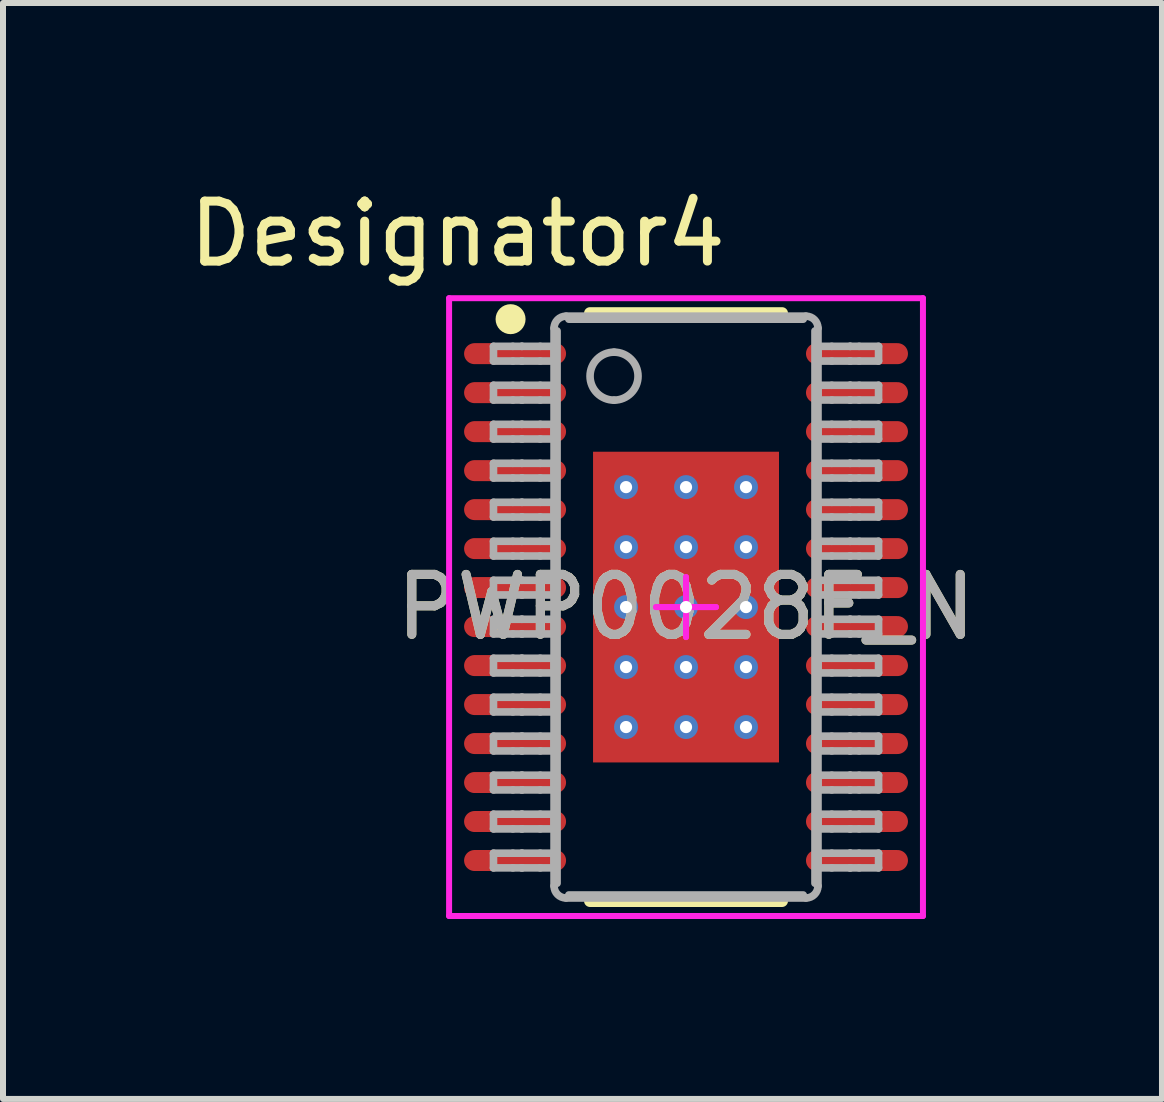
<source format=kicad_pcb>
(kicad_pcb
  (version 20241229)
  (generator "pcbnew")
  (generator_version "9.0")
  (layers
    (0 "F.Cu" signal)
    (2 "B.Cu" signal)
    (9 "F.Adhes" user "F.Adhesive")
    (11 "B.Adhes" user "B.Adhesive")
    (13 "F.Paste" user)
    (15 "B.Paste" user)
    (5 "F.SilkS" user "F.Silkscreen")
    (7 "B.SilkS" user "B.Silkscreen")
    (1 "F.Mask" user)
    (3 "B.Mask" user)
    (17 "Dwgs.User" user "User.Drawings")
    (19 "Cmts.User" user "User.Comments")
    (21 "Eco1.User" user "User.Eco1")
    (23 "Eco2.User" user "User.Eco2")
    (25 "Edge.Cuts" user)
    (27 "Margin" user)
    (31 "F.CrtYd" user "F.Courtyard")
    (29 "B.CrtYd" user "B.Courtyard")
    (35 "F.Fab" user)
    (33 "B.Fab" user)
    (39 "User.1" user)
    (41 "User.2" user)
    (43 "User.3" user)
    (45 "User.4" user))
  (footprint "PWP0028F_N"
    (layer "F.Cu")
    (at 8.387 7.071)
    (property "Reference" "PWP0028F_N" (at 0 0 0) (unlocked yes) (layer "F.SilkS") (effects (font (size 1 1) (thickness 0.15))))
    (attr smd)
    (fp_line (start -1.6 -4.9) (end 1.6 -4.9) (stroke (width 0.2) (type solid)) (layer "F.SilkS"))
    (fp_line (start -1.6 4.9) (end 1.6 4.9) (stroke (width 0.2) (type solid)) (layer "F.SilkS"))
    (fp_circle (center -2.925 -4.8) (end -2.8 -4.8) (stroke (width 0.25) (type solid)) (fill no) (layer "F.SilkS"))
    (fp_line (start -3.95 -5.15) (end 3.95 -5.15) (stroke (width 0.1) (type solid)) (layer "F.CrtYd"))
    (fp_line (start -3.95 5.15) (end -3.95 -5.15) (stroke (width 0.1) (type solid)) (layer "F.CrtYd"))
    (fp_line (start -3.95 5.15) (end 3.95 5.15) (stroke (width 0.1) (type solid)) (layer "F.CrtYd"))
    (fp_line (start -0.5 0) (end 0.5 0) (stroke (width 0.1) (type solid)) (layer "F.CrtYd"))
    (fp_line (start -0.5 0) (end 0.5 0) (stroke (width 0.1) (type solid)) (layer "F.CrtYd"))
    (fp_line (start 0 0.5) (end 0 -0.5) (stroke (width 0.1) (type solid)) (layer "F.CrtYd"))
    (fp_line (start 0 0.5) (end 0 -0.5) (stroke (width 0.1) (type solid)) (layer "F.CrtYd"))
    (fp_line (start 3.95 5.15) (end 3.95 -5.15) (stroke (width 0.1) (type solid)) (layer "F.CrtYd"))
    (fp_line (start -3.21 -4.347) (end -2.887 -4.347) (stroke (width 0.127) (type solid)) (layer "F.Fab"))
    (fp_line (start -3.21 -4.102) (end -3.21 -4.347) (stroke (width 0.127) (type solid)) (layer "F.Fab"))
    (fp_line (start -3.21 -4.102) (end -2.887 -4.102) (stroke (width 0.127) (type solid)) (layer "F.Fab"))
    (fp_line (start -3.21 -3.698) (end -2.887 -3.698) (stroke (width 0.127) (type solid)) (layer "F.Fab"))
    (fp_line (start -3.21 -3.452) (end -3.21 -3.698) (stroke (width 0.127) (type solid)) (layer "F.Fab"))
    (fp_line (start -3.21 -3.452) (end -2.887 -3.452) (stroke (width 0.127) (type solid)) (layer "F.Fab"))
    (fp_line (start -3.21 -3.047) (end -2.887 -3.047) (stroke (width 0.127) (type solid)) (layer "F.Fab"))
    (fp_line (start -3.21 -2.802) (end -3.21 -3.047) (stroke (width 0.127) (type solid)) (layer "F.Fab"))
    (fp_line (start -3.21 -2.802) (end -2.887 -2.802) (stroke (width 0.127) (type solid)) (layer "F.Fab"))
    (fp_line (start -3.21 -2.397) (end -2.887 -2.397) (stroke (width 0.127) (type solid)) (layer "F.Fab"))
    (fp_line (start -3.21 -2.152) (end -3.21 -2.397) (stroke (width 0.127) (type solid)) (layer "F.Fab"))
    (fp_line (start -3.21 -2.152) (end -2.887 -2.152) (stroke (width 0.127) (type solid)) (layer "F.Fab"))
    (fp_line (start -3.21 -1.747) (end -2.887 -1.747) (stroke (width 0.127) (type solid)) (layer "F.Fab"))
    (fp_line (start -3.21 -1.502) (end -3.21 -1.747) (stroke (width 0.127) (type solid)) (layer "F.Fab"))
    (fp_line (start -3.21 -1.502) (end -2.887 -1.502) (stroke (width 0.127) (type solid)) (layer "F.Fab"))
    (fp_line (start -3.21 -1.097) (end -2.887 -1.097) (stroke (width 0.127) (type solid)) (layer "F.Fab"))
    (fp_line (start -3.21 -0.852) (end -3.21 -1.097) (stroke (width 0.127) (type solid)) (layer "F.Fab"))
    (fp_line (start -3.21 -0.852) (end -2.887 -0.852) (stroke (width 0.127) (type solid)) (layer "F.Fab"))
    (fp_line (start -3.21 -0.447) (end -2.887 -0.447) (stroke (width 0.127) (type solid)) (layer "F.Fab"))
    (fp_line (start -3.21 -0.202) (end -3.21 -0.447) (stroke (width 0.127) (type solid)) (layer "F.Fab"))
    (fp_line (start -3.21 -0.202) (end -2.887 -0.202) (stroke (width 0.127) (type solid)) (layer "F.Fab"))
    (fp_line (start -3.21 0.203) (end -2.887 0.203) (stroke (width 0.127) (type solid)) (layer "F.Fab"))
    (fp_line (start -3.21 0.448) (end -3.21 0.203) (stroke (width 0.127) (type solid)) (layer "F.Fab"))
    (fp_line (start -3.21 0.448) (end -2.887 0.448) (stroke (width 0.127) (type solid)) (layer "F.Fab"))
    (fp_line (start -3.21 0.853) (end -2.887 0.853) (stroke (width 0.127) (type solid)) (layer "F.Fab"))
    (fp_line (start -3.21 1.098) (end -3.21 0.853) (stroke (width 0.127) (type solid)) (layer "F.Fab"))
    (fp_line (start -3.21 1.098) (end -2.887 1.098) (stroke (width 0.127) (type solid)) (layer "F.Fab"))
    (fp_line (start -3.21 1.503) (end -2.887 1.503) (stroke (width 0.127) (type solid)) (layer "F.Fab"))
    (fp_line (start -3.21 1.748) (end -3.21 1.503) (stroke (width 0.127) (type solid)) (layer "F.Fab"))
    (fp_line (start -3.21 1.748) (end -2.887 1.748) (stroke (width 0.127) (type solid)) (layer "F.Fab"))
    (fp_line (start -3.21 2.152) (end -2.887 2.152) (stroke (width 0.127) (type solid)) (layer "F.Fab"))
    (fp_line (start -3.21 2.398) (end -3.21 2.152) (stroke (width 0.127) (type solid)) (layer "F.Fab"))
    (fp_line (start -3.21 2.398) (end -2.887 2.398) (stroke (width 0.127) (type solid)) (layer "F.Fab"))
    (fp_line (start -3.21 2.803) (end -2.887 2.803) (stroke (width 0.127) (type solid)) (layer "F.Fab"))
    (fp_line (start -3.21 3.048) (end -3.21 2.803) (stroke (width 0.127) (type solid)) (layer "F.Fab"))
    (fp_line (start -3.21 3.048) (end -2.887 3.048) (stroke (width 0.127) (type solid)) (layer "F.Fab"))
    (fp_line (start -3.21 3.453) (end -2.887 3.453) (stroke (width 0.127) (type solid)) (layer "F.Fab"))
    (fp_line (start -3.21 3.698) (end -3.21 3.453) (stroke (width 0.127) (type solid)) (layer "F.Fab"))
    (fp_line (start -3.21 3.698) (end -2.887 3.698) (stroke (width 0.127) (type solid)) (layer "F.Fab"))
    (fp_line (start -3.21 4.103) (end -2.887 4.103) (stroke (width 0.127) (type solid)) (layer "F.Fab"))
    (fp_line (start -3.21 4.348) (end -3.21 4.103) (stroke (width 0.127) (type solid)) (layer "F.Fab"))
    (fp_line (start -3.21 4.348) (end -2.887 4.348) (stroke (width 0.127) (type solid)) (layer "F.Fab"))
    (fp_line (start -2.887 -4.347) (end -2.739 -4.347) (stroke (width 0.127) (type solid)) (layer "F.Fab"))
    (fp_line (start -2.887 -4.102) (end -2.739 -4.102) (stroke (width 0.127) (type solid)) (layer "F.Fab"))
    (fp_line (start -2.887 -3.698) (end -2.739 -3.698) (stroke (width 0.127) (type solid)) (layer "F.Fab"))
    (fp_line (start -2.887 -3.452) (end -2.739 -3.452) (stroke (width 0.127) (type solid)) (layer "F.Fab"))
    (fp_line (start -2.887 -3.047) (end -2.739 -3.047) (stroke (width 0.127) (type solid)) (layer "F.Fab"))
    (fp_line (start -2.887 -2.802) (end -2.739 -2.802) (stroke (width 0.127) (type solid)) (layer "F.Fab"))
    (fp_line (start -2.887 -2.397) (end -2.739 -2.397) (stroke (width 0.127) (type solid)) (layer "F.Fab"))
    (fp_line (start -2.887 -2.152) (end -2.739 -2.152) (stroke (width 0.127) (type solid)) (layer "F.Fab"))
    (fp_line (start -2.887 -1.747) (end -2.739 -1.747) (stroke (width 0.127) (type solid)) (layer "F.Fab"))
    (fp_line (start -2.887 -1.502) (end -2.739 -1.502) (stroke (width 0.127) (type solid)) (layer "F.Fab"))
    (fp_line (start -2.887 -1.097) (end -2.739 -1.097) (stroke (width 0.127) (type solid)) (layer "F.Fab"))
    (fp_line (start -2.887 -0.852) (end -2.739 -0.852) (stroke (width 0.127) (type solid)) (layer "F.Fab"))
    (fp_line (start -2.887 -0.447) (end -2.739 -0.447) (stroke (width 0.127) (type solid)) (layer "F.Fab"))
    (fp_line (start -2.887 -0.202) (end -2.739 -0.202) (stroke (width 0.127) (type solid)) (layer "F.Fab"))
    (fp_line (start -2.887 0.203) (end -2.739 0.203) (stroke (width 0.127) (type solid)) (layer "F.Fab"))
    (fp_line (start -2.887 0.448) (end -2.739 0.448) (stroke (width 0.127) (type solid)) (layer "F.Fab"))
    (fp_line (start -2.887 0.853) (end -2.739 0.853) (stroke (width 0.127) (type solid)) (layer "F.Fab"))
    (fp_line (start -2.887 1.098) (end -2.739 1.098) (stroke (width 0.127) (type solid)) (layer "F.Fab"))
    (fp_line (start -2.887 1.503) (end -2.739 1.503) (stroke (width 0.127) (type solid)) (layer "F.Fab"))
    (fp_line (start -2.887 1.748) (end -2.739 1.748) (stroke (width 0.127) (type solid)) (layer "F.Fab"))
    (fp_line (start -2.887 2.152) (end -2.739 2.152) (stroke (width 0.127) (type solid)) (layer "F.Fab"))
    (fp_line (start -2.887 2.398) (end -2.739 2.398) (stroke (width 0.127) (type solid)) (layer "F.Fab"))
    (fp_line (start -2.887 2.803) (end -2.739 2.803) (stroke (width 0.127) (type solid)) (layer "F.Fab"))
    (fp_line (start -2.887 3.048) (end -2.739 3.048) (stroke (width 0.127) (type solid)) (layer "F.Fab"))
    (fp_line (start -2.887 3.453) (end -2.739 3.453) (stroke (width 0.127) (type solid)) (layer "F.Fab"))
    (fp_line (start -2.887 3.698) (end -2.739 3.698) (stroke (width 0.127) (type solid)) (layer "F.Fab"))
    (fp_line (start -2.887 4.103) (end -2.739 4.103) (stroke (width 0.127) (type solid)) (layer "F.Fab"))
    (fp_line (start -2.887 4.348) (end -2.739 4.348) (stroke (width 0.127) (type solid)) (layer "F.Fab"))
    (fp_line (start -2.739 -4.347) (end -2.733 -4.347) (stroke (width 0.127) (type solid)) (layer "F.Fab"))
    (fp_line (start -2.739 -4.102) (end -2.733 -4.102) (stroke (width 0.127) (type solid)) (layer "F.Fab"))
    (fp_line (start -2.739 -3.698) (end -2.733 -3.698) (stroke (width 0.127) (type solid)) (layer "F.Fab"))
    (fp_line (start -2.739 -3.452) (end -2.733 -3.452) (stroke (width 0.127) (type solid)) (layer "F.Fab"))
    (fp_line (start -2.739 -3.047) (end -2.733 -3.047) (stroke (width 0.127) (type solid)) (layer "F.Fab"))
    (fp_line (start -2.739 -2.802) (end -2.733 -2.802) (stroke (width 0.127) (type solid)) (layer "F.Fab"))
    (fp_line (start -2.739 -2.397) (end -2.733 -2.397) (stroke (width 0.127) (type solid)) (layer "F.Fab"))
    (fp_line (start -2.739 -2.152) (end -2.733 -2.152) (stroke (width 0.127) (type solid)) (layer "F.Fab"))
    (fp_line (start -2.739 -1.747) (end -2.733 -1.747) (stroke (width 0.127) (type solid)) (layer "F.Fab"))
    (fp_line (start -2.739 -1.502) (end -2.733 -1.502) (stroke (width 0.127) (type solid)) (layer "F.Fab"))
    (fp_line (start -2.739 -1.097) (end -2.733 -1.097) (stroke (width 0.127) (type solid)) (layer "F.Fab"))
    (fp_line (start -2.739 -0.852) (end -2.733 -0.852) (stroke (width 0.127) (type solid)) (layer "F.Fab"))
    (fp_line (start -2.739 -0.447) (end -2.733 -0.447) (stroke (width 0.127) (type solid)) (layer "F.Fab"))
    (fp_line (start -2.739 -0.202) (end -2.733 -0.202) (stroke (width 0.127) (type solid)) (layer "F.Fab"))
    (fp_line (start -2.739 0.203) (end -2.733 0.203) (stroke (width 0.127) (type solid)) (layer "F.Fab"))
    (fp_line (start -2.739 0.448) (end -2.733 0.448) (stroke (width 0.127) (type solid)) (layer "F.Fab"))
    (fp_line (start -2.739 0.853) (end -2.733 0.853) (stroke (width 0.127) (type solid)) (layer "F.Fab"))
    (fp_line (start -2.739 1.098) (end -2.733 1.098) (stroke (width 0.127) (type solid)) (layer "F.Fab"))
    (fp_line (start -2.739 1.503) (end -2.733 1.503) (stroke (width 0.127) (type solid)) (layer "F.Fab"))
    (fp_line (start -2.739 1.748) (end -2.733 1.748) (stroke (width 0.127) (type solid)) (layer "F.Fab"))
    (fp_line (start -2.739 2.152) (end -2.733 2.152) (stroke (width 0.127) (type solid)) (layer "F.Fab"))
    (fp_line (start -2.739 2.398) (end -2.733 2.398) (stroke (width 0.127) (type solid)) (layer "F.Fab"))
    (fp_line (start -2.739 2.803) (end -2.733 2.803) (stroke (width 0.127) (type solid)) (layer "F.Fab"))
    (fp_line (start -2.739 3.048) (end -2.733 3.048) (stroke (width 0.127) (type solid)) (layer "F.Fab"))
    (fp_line (start -2.739 3.453) (end -2.733 3.453) (stroke (width 0.127) (type solid)) (layer "F.Fab"))
    (fp_line (start -2.739 3.698) (end -2.733 3.698) (stroke (width 0.127) (type solid)) (layer "F.Fab"))
    (fp_line (start -2.739 4.103) (end -2.733 4.103) (stroke (width 0.127) (type solid)) (layer "F.Fab"))
    (fp_line (start -2.739 4.348) (end -2.733 4.348) (stroke (width 0.127) (type solid)) (layer "F.Fab"))
    (fp_line (start -2.733 -4.347) (end -2.431 -4.347) (stroke (width 0.127) (type solid)) (layer "F.Fab"))
    (fp_line (start -2.733 -4.102) (end -2.431 -4.102) (stroke (width 0.127) (type solid)) (layer "F.Fab"))
    (fp_line (start -2.733 -3.698) (end -2.431 -3.698) (stroke (width 0.127) (type solid)) (layer "F.Fab"))
    (fp_line (start -2.733 -3.452) (end -2.431 -3.452) (stroke (width 0.127) (type solid)) (layer "F.Fab"))
    (fp_line (start -2.733 -3.047) (end -2.431 -3.047) (stroke (width 0.127) (type solid)) (layer "F.Fab"))
    (fp_line (start -2.733 -2.802) (end -2.431 -2.802) (stroke (width 0.127) (type solid)) (layer "F.Fab"))
    (fp_line (start -2.733 -2.397) (end -2.431 -2.397) (stroke (width 0.127) (type solid)) (layer "F.Fab"))
    (fp_line (start -2.733 -2.152) (end -2.431 -2.152) (stroke (width 0.127) (type solid)) (layer "F.Fab"))
    (fp_line (start -2.733 -1.747) (end -2.431 -1.747) (stroke (width 0.127) (type solid)) (layer "F.Fab"))
    (fp_line (start -2.733 -1.502) (end -2.431 -1.502) (stroke (width 0.127) (type solid)) (layer "F.Fab"))
    (fp_line (start -2.733 -1.097) (end -2.431 -1.097) (stroke (width 0.127) (type solid)) (layer "F.Fab"))
    (fp_line (start -2.733 -0.852) (end -2.431 -0.852) (stroke (width 0.127) (type solid)) (layer "F.Fab"))
    (fp_line (start -2.733 -0.447) (end -2.431 -0.447) (stroke (width 0.127) (type solid)) (layer "F.Fab"))
    (fp_line (start -2.733 -0.202) (end -2.431 -0.202) (stroke (width 0.127) (type solid)) (layer "F.Fab"))
    (fp_line (start -2.733 0.203) (end -2.431 0.203) (stroke (width 0.127) (type solid)) (layer "F.Fab"))
    (fp_line (start -2.733 0.448) (end -2.431 0.448) (stroke (width 0.127) (type solid)) (layer "F.Fab"))
    (fp_line (start -2.733 0.853) (end -2.431 0.853) (stroke (width 0.127) (type solid)) (layer "F.Fab"))
    (fp_line (start -2.733 1.098) (end -2.431 1.098) (stroke (width 0.127) (type solid)) (layer "F.Fab"))
    (fp_line (start -2.733 1.503) (end -2.431 1.503) (stroke (width 0.127) (type solid)) (layer "F.Fab"))
    (fp_line (start -2.733 1.748) (end -2.431 1.748) (stroke (width 0.127) (type solid)) (layer "F.Fab"))
    (fp_line (start -2.733 2.152) (end -2.431 2.152) (stroke (width 0.127) (type solid)) (layer "F.Fab"))
    (fp_line (start -2.733 2.398) (end -2.431 2.398) (stroke (width 0.127) (type solid)) (layer "F.Fab"))
    (fp_line (start -2.733 2.803) (end -2.431 2.803) (stroke (width 0.127) (type solid)) (layer "F.Fab"))
    (fp_line (start -2.733 3.048) (end -2.431 3.048) (stroke (width 0.127) (type solid)) (layer "F.Fab"))
    (fp_line (start -2.733 3.453) (end -2.431 3.453) (stroke (width 0.127) (type solid)) (layer "F.Fab"))
    (fp_line (start -2.733 3.698) (end -2.431 3.698) (stroke (width 0.127) (type solid)) (layer "F.Fab"))
    (fp_line (start -2.733 4.103) (end -2.431 4.103) (stroke (width 0.127) (type solid)) (layer "F.Fab"))
    (fp_line (start -2.733 4.348) (end -2.431 4.348) (stroke (width 0.127) (type solid)) (layer "F.Fab"))
    (fp_line (start -2.431 -4.347) (end -2.2 -4.347) (stroke (width 0.127) (type solid)) (layer "F.Fab"))
    (fp_line (start -2.431 -4.102) (end -2.2 -4.102) (stroke (width 0.127) (type solid)) (layer "F.Fab"))
    (fp_line (start -2.431 -3.698) (end -2.2 -3.698) (stroke (width 0.127) (type solid)) (layer "F.Fab"))
    (fp_line (start -2.431 -3.452) (end -2.2 -3.452) (stroke (width 0.127) (type solid)) (layer "F.Fab"))
    (fp_line (start -2.431 -3.047) (end -2.2 -3.047) (stroke (width 0.127) (type solid)) (layer "F.Fab"))
    (fp_line (start -2.431 -2.802) (end -2.2 -2.802) (stroke (width 0.127) (type solid)) (layer "F.Fab"))
    (fp_line (start -2.431 -2.397) (end -2.2 -2.397) (stroke (width 0.127) (type solid)) (layer "F.Fab"))
    (fp_line (start -2.431 -2.152) (end -2.2 -2.152) (stroke (width 0.127) (type solid)) (layer "F.Fab"))
    (fp_line (start -2.431 -1.747) (end -2.2 -1.747) (stroke (width 0.127) (type solid)) (layer "F.Fab"))
    (fp_line (start -2.431 -1.502) (end -2.2 -1.502) (stroke (width 0.127) (type solid)) (layer "F.Fab"))
    (fp_line (start -2.431 -1.097) (end -2.2 -1.097) (stroke (width 0.127) (type solid)) (layer "F.Fab"))
    (fp_line (start -2.431 -0.852) (end -2.2 -0.852) (stroke (width 0.127) (type solid)) (layer "F.Fab"))
    (fp_line (start -2.431 -0.447) (end -2.2 -0.447) (stroke (width 0.127) (type solid)) (layer "F.Fab"))
    (fp_line (start -2.431 -0.202) (end -2.2 -0.202) (stroke (width 0.127) (type solid)) (layer "F.Fab"))
    (fp_line (start -2.431 0.203) (end -2.2 0.203) (stroke (width 0.127) (type solid)) (layer "F.Fab"))
    (fp_line (start -2.431 0.448) (end -2.2 0.448) (stroke (width 0.127) (type solid)) (layer "F.Fab"))
    (fp_line (start -2.431 0.853) (end -2.2 0.853) (stroke (width 0.127) (type solid)) (layer "F.Fab"))
    (fp_line (start -2.431 1.098) (end -2.2 1.098) (stroke (width 0.127) (type solid)) (layer "F.Fab"))
    (fp_line (start -2.431 1.503) (end -2.2 1.503) (stroke (width 0.127) (type solid)) (layer "F.Fab"))
    (fp_line (start -2.431 1.748) (end -2.2 1.748) (stroke (width 0.127) (type solid)) (layer "F.Fab"))
    (fp_line (start -2.431 2.152) (end -2.2 2.152) (stroke (width 0.127) (type solid)) (layer "F.Fab"))
    (fp_line (start -2.431 2.398) (end -2.2 2.398) (stroke (width 0.127) (type solid)) (layer "F.Fab"))
    (fp_line (start -2.431 2.803) (end -2.2 2.803) (stroke (width 0.127) (type solid)) (layer "F.Fab"))
    (fp_line (start -2.431 3.048) (end -2.2 3.048) (stroke (width 0.127) (type solid)) (layer "F.Fab"))
    (fp_line (start -2.431 3.453) (end -2.2 3.453) (stroke (width 0.127) (type solid)) (layer "F.Fab"))
    (fp_line (start -2.431 3.698) (end -2.2 3.698) (stroke (width 0.127) (type solid)) (layer "F.Fab"))
    (fp_line (start -2.431 4.103) (end -2.2 4.103) (stroke (width 0.127) (type solid)) (layer "F.Fab"))
    (fp_line (start -2.431 4.348) (end -2.2 4.348) (stroke (width 0.127) (type solid)) (layer "F.Fab"))
    (fp_line (start -2.2 -4.102) (end -2.2 -4.347) (stroke (width 0.127) (type solid)) (layer "F.Fab"))
    (fp_line (start -2.2 -3.452) (end -2.2 -3.698) (stroke (width 0.127) (type solid)) (layer "F.Fab"))
    (fp_line (start -2.2 -2.802) (end -2.2 -3.047) (stroke (width 0.127) (type solid)) (layer "F.Fab"))
    (fp_line (start -2.2 -2.152) (end -2.2 -2.397) (stroke (width 0.127) (type solid)) (layer "F.Fab"))
    (fp_line (start -2.2 -1.502) (end -2.2 -1.747) (stroke (width 0.127) (type solid)) (layer "F.Fab"))
    (fp_line (start -2.2 -0.852) (end -2.2 -1.097) (stroke (width 0.127) (type solid)) (layer "F.Fab"))
    (fp_line (start -2.2 -0.202) (end -2.2 -0.447) (stroke (width 0.127) (type solid)) (layer "F.Fab"))
    (fp_line (start -2.2 0.448) (end -2.2 0.203) (stroke (width 0.127) (type solid)) (layer "F.Fab"))
    (fp_line (start -2.2 1.098) (end -2.2 0.853) (stroke (width 0.127) (type solid)) (layer "F.Fab"))
    (fp_line (start -2.2 1.748) (end -2.2 1.503) (stroke (width 0.127) (type solid)) (layer "F.Fab"))
    (fp_line (start -2.2 2.398) (end -2.2 2.152) (stroke (width 0.127) (type solid)) (layer "F.Fab"))
    (fp_line (start -2.2 3.048) (end -2.2 2.803) (stroke (width 0.127) (type solid)) (layer "F.Fab"))
    (fp_line (start -2.2 3.698) (end -2.2 3.453) (stroke (width 0.127) (type solid)) (layer "F.Fab"))
    (fp_line (start -2.2 4.348) (end -2.2 4.103) (stroke (width 0.127) (type solid)) (layer "F.Fab"))
    (fp_line (start -2.2 4.65) (end -2.2 -4.65) (stroke (width 0.127) (type solid)) (layer "F.Fab"))
    (fp_line (start -2.15 4.604) (end -2.15 -4.604) (stroke (width 0.127) (type solid)) (layer "F.Fab"))
    (fp_line (start -2 -4.85) (end 2 -4.85) (stroke (width 0.127) (type solid)) (layer "F.Fab"))
    (fp_line (start -2 4.85) (end 2 4.85) (stroke (width 0.127) (type solid)) (layer "F.Fab"))
    (fp_line (start -1.954 -4.8) (end 1.954 -4.8) (stroke (width 0.127) (type solid)) (layer "F.Fab"))
    (fp_line (start -1.954 4.8) (end 1.954 4.8) (stroke (width 0.127) (type solid)) (layer "F.Fab"))
    (fp_line (start 2.15 4.604) (end 2.15 -4.604) (stroke (width 0.127) (type solid)) (layer "F.Fab"))
    (fp_line (start 2.2 -4.347) (end 2.43 -4.347) (stroke (width 0.127) (type solid)) (layer "F.Fab"))
    (fp_line (start 2.2 -4.102) (end 2.2 -4.347) (stroke (width 0.127) (type solid)) (layer "F.Fab"))
    (fp_line (start 2.2 -4.102) (end 2.43 -4.102) (stroke (width 0.127) (type solid)) (layer "F.Fab"))
    (fp_line (start 2.2 -3.698) (end 2.43 -3.698) (stroke (width 0.127) (type solid)) (layer "F.Fab"))
    (fp_line (start 2.2 -3.452) (end 2.2 -3.698) (stroke (width 0.127) (type solid)) (layer "F.Fab"))
    (fp_line (start 2.2 -3.452) (end 2.43 -3.452) (stroke (width 0.127) (type solid)) (layer "F.Fab"))
    (fp_line (start 2.2 -3.047) (end 2.43 -3.047) (stroke (width 0.127) (type solid)) (layer "F.Fab"))
    (fp_line (start 2.2 -2.802) (end 2.2 -3.047) (stroke (width 0.127) (type solid)) (layer "F.Fab"))
    (fp_line (start 2.2 -2.802) (end 2.43 -2.802) (stroke (width 0.127) (type solid)) (layer "F.Fab"))
    (fp_line (start 2.2 -2.397) (end 2.43 -2.397) (stroke (width 0.127) (type solid)) (layer "F.Fab"))
    (fp_line (start 2.2 -2.152) (end 2.2 -2.397) (stroke (width 0.127) (type solid)) (layer "F.Fab"))
    (fp_line (start 2.2 -2.152) (end 2.43 -2.152) (stroke (width 0.127) (type solid)) (layer "F.Fab"))
    (fp_line (start 2.2 -1.747) (end 2.43 -1.747) (stroke (width 0.127) (type solid)) (layer "F.Fab"))
    (fp_line (start 2.2 -1.502) (end 2.2 -1.747) (stroke (width 0.127) (type solid)) (layer "F.Fab"))
    (fp_line (start 2.2 -1.502) (end 2.43 -1.502) (stroke (width 0.127) (type solid)) (layer "F.Fab"))
    (fp_line (start 2.2 -1.097) (end 2.43 -1.097) (stroke (width 0.127) (type solid)) (layer "F.Fab"))
    (fp_line (start 2.2 -0.852) (end 2.2 -1.097) (stroke (width 0.127) (type solid)) (layer "F.Fab"))
    (fp_line (start 2.2 -0.852) (end 2.43 -0.852) (stroke (width 0.127) (type solid)) (layer "F.Fab"))
    (fp_line (start 2.2 -0.447) (end 2.43 -0.447) (stroke (width 0.127) (type solid)) (layer "F.Fab"))
    (fp_line (start 2.2 -0.202) (end 2.2 -0.447) (stroke (width 0.127) (type solid)) (layer "F.Fab"))
    (fp_line (start 2.2 -0.202) (end 2.43 -0.202) (stroke (width 0.127) (type solid)) (layer "F.Fab"))
    (fp_line (start 2.2 0.203) (end 2.43 0.203) (stroke (width 0.127) (type solid)) (layer "F.Fab"))
    (fp_line (start 2.2 0.448) (end 2.2 0.203) (stroke (width 0.127) (type solid)) (layer "F.Fab"))
    (fp_line (start 2.2 0.448) (end 2.43 0.448) (stroke (width 0.127) (type solid)) (layer "F.Fab"))
    (fp_line (start 2.2 0.853) (end 2.43 0.853) (stroke (width 0.127) (type solid)) (layer "F.Fab"))
    (fp_line (start 2.2 1.098) (end 2.2 0.853) (stroke (width 0.127) (type solid)) (layer "F.Fab"))
    (fp_line (start 2.2 1.098) (end 2.43 1.098) (stroke (width 0.127) (type solid)) (layer "F.Fab"))
    (fp_line (start 2.2 1.503) (end 2.43 1.503) (stroke (width 0.127) (type solid)) (layer "F.Fab"))
    (fp_line (start 2.2 1.748) (end 2.2 1.503) (stroke (width 0.127) (type solid)) (layer "F.Fab"))
    (fp_line (start 2.2 1.748) (end 2.43 1.748) (stroke (width 0.127) (type solid)) (layer "F.Fab"))
    (fp_line (start 2.2 2.152) (end 2.43 2.152) (stroke (width 0.127) (type solid)) (layer "F.Fab"))
    (fp_line (start 2.2 2.398) (end 2.2 2.152) (stroke (width 0.127) (type solid)) (layer "F.Fab"))
    (fp_line (start 2.2 2.398) (end 2.43 2.398) (stroke (width 0.127) (type solid)) (layer "F.Fab"))
    (fp_line (start 2.2 2.803) (end 2.43 2.803) (stroke (width 0.127) (type solid)) (layer "F.Fab"))
    (fp_line (start 2.2 3.048) (end 2.2 2.803) (stroke (width 0.127) (type solid)) (layer "F.Fab"))
    (fp_line (start 2.2 3.048) (end 2.43 3.048) (stroke (width 0.127) (type solid)) (layer "F.Fab"))
    (fp_line (start 2.2 3.453) (end 2.43 3.453) (stroke (width 0.127) (type solid)) (layer "F.Fab"))
    (fp_line (start 2.2 3.698) (end 2.2 3.453) (stroke (width 0.127) (type solid)) (layer "F.Fab"))
    (fp_line (start 2.2 3.698) (end 2.43 3.698) (stroke (width 0.127) (type solid)) (layer "F.Fab"))
    (fp_line (start 2.2 4.103) (end 2.43 4.103) (stroke (width 0.127) (type solid)) (layer "F.Fab"))
    (fp_line (start 2.2 4.348) (end 2.2 4.103) (stroke (width 0.127) (type solid)) (layer "F.Fab"))
    (fp_line (start 2.2 4.348) (end 2.43 4.348) (stroke (width 0.127) (type solid)) (layer "F.Fab"))
    (fp_line (start 2.2 4.65) (end 2.2 -4.65) (stroke (width 0.127) (type solid)) (layer "F.Fab"))
    (fp_line (start 2.43 -4.347) (end 2.733 -4.347) (stroke (width 0.127) (type solid)) (layer "F.Fab"))
    (fp_line (start 2.43 -4.102) (end 2.733 -4.102) (stroke (width 0.127) (type solid)) (layer "F.Fab"))
    (fp_line (start 2.43 -3.698) (end 2.733 -3.698) (stroke (width 0.127) (type solid)) (layer "F.Fab"))
    (fp_line (start 2.43 -3.452) (end 2.733 -3.452) (stroke (width 0.127) (type solid)) (layer "F.Fab"))
    (fp_line (start 2.43 -3.047) (end 2.733 -3.047) (stroke (width 0.127) (type solid)) (layer "F.Fab"))
    (fp_line (start 2.43 -2.802) (end 2.733 -2.802) (stroke (width 0.127) (type solid)) (layer "F.Fab"))
    (fp_line (start 2.43 -2.397) (end 2.733 -2.397) (stroke (width 0.127) (type solid)) (layer "F.Fab"))
    (fp_line (start 2.43 -2.152) (end 2.733 -2.152) (stroke (width 0.127) (type solid)) (layer "F.Fab"))
    (fp_line (start 2.43 -1.747) (end 2.733 -1.747) (stroke (width 0.127) (type solid)) (layer "F.Fab"))
    (fp_line (start 2.43 -1.502) (end 2.733 -1.502) (stroke (width 0.127) (type solid)) (layer "F.Fab"))
    (fp_line (start 2.43 -1.097) (end 2.733 -1.097) (stroke (width 0.127) (type solid)) (layer "F.Fab"))
    (fp_line (start 2.43 -0.852) (end 2.733 -0.852) (stroke (width 0.127) (type solid)) (layer "F.Fab"))
    (fp_line (start 2.43 -0.447) (end 2.733 -0.447) (stroke (width 0.127) (type solid)) (layer "F.Fab"))
    (fp_line (start 2.43 -0.202) (end 2.733 -0.202) (stroke (width 0.127) (type solid)) (layer "F.Fab"))
    (fp_line (start 2.43 0.203) (end 2.733 0.203) (stroke (width 0.127) (type solid)) (layer "F.Fab"))
    (fp_line (start 2.43 0.448) (end 2.733 0.448) (stroke (width 0.127) (type solid)) (layer "F.Fab"))
    (fp_line (start 2.43 0.853) (end 2.733 0.853) (stroke (width 0.127) (type solid)) (layer "F.Fab"))
    (fp_line (start 2.43 1.098) (end 2.733 1.098) (stroke (width 0.127) (type solid)) (layer "F.Fab"))
    (fp_line (start 2.43 1.503) (end 2.733 1.503) (stroke (width 0.127) (type solid)) (layer "F.Fab"))
    (fp_line (start 2.43 1.748) (end 2.733 1.748) (stroke (width 0.127) (type solid)) (layer "F.Fab"))
    (fp_line (start 2.43 2.152) (end 2.733 2.152) (stroke (width 0.127) (type solid)) (layer "F.Fab"))
    (fp_line (start 2.43 2.398) (end 2.733 2.398) (stroke (width 0.127) (type solid)) (layer "F.Fab"))
    (fp_line (start 2.43 2.803) (end 2.733 2.803) (stroke (width 0.127) (type solid)) (layer "F.Fab"))
    (fp_line (start 2.43 3.048) (end 2.733 3.048) (stroke (width 0.127) (type solid)) (layer "F.Fab"))
    (fp_line (start 2.43 3.453) (end 2.733 3.453) (stroke (width 0.127) (type solid)) (layer "F.Fab"))
    (fp_line (start 2.43 3.698) (end 2.733 3.698) (stroke (width 0.127) (type solid)) (layer "F.Fab"))
    (fp_line (start 2.43 4.103) (end 2.733 4.103) (stroke (width 0.127) (type solid)) (layer "F.Fab"))
    (fp_line (start 2.43 4.348) (end 2.733 4.348) (stroke (width 0.127) (type solid)) (layer "F.Fab"))
    (fp_line (start 2.733 -4.347) (end 2.739 -4.347) (stroke (width 0.127) (type solid)) (layer "F.Fab"))
    (fp_line (start 2.733 -4.102) (end 2.739 -4.102) (stroke (width 0.127) (type solid)) (layer "F.Fab"))
    (fp_line (start 2.733 -3.698) (end 2.739 -3.698) (stroke (width 0.127) (type solid)) (layer "F.Fab"))
    (fp_line (start 2.733 -3.452) (end 2.739 -3.452) (stroke (width 0.127) (type solid)) (layer "F.Fab"))
    (fp_line (start 2.733 -3.047) (end 2.739 -3.047) (stroke (width 0.127) (type solid)) (layer "F.Fab"))
    (fp_line (start 2.733 -2.802) (end 2.739 -2.802) (stroke (width 0.127) (type solid)) (layer "F.Fab"))
    (fp_line (start 2.733 -2.397) (end 2.739 -2.397) (stroke (width 0.127) (type solid)) (layer "F.Fab"))
    (fp_line (start 2.733 -2.152) (end 2.739 -2.152) (stroke (width 0.127) (type solid)) (layer "F.Fab"))
    (fp_line (start 2.733 -1.747) (end 2.739 -1.747) (stroke (width 0.127) (type solid)) (layer "F.Fab"))
    (fp_line (start 2.733 -1.502) (end 2.739 -1.502) (stroke (width 0.127) (type solid)) (layer "F.Fab"))
    (fp_line (start 2.733 -1.097) (end 2.739 -1.097) (stroke (width 0.127) (type solid)) (layer "F.Fab"))
    (fp_line (start 2.733 -0.852) (end 2.739 -0.852) (stroke (width 0.127) (type solid)) (layer "F.Fab"))
    (fp_line (start 2.733 -0.447) (end 2.739 -0.447) (stroke (width 0.127) (type solid)) (layer "F.Fab"))
    (fp_line (start 2.733 -0.202) (end 2.739 -0.202) (stroke (width 0.127) (type solid)) (layer "F.Fab"))
    (fp_line (start 2.733 0.203) (end 2.739 0.203) (stroke (width 0.127) (type solid)) (layer "F.Fab"))
    (fp_line (start 2.733 0.448) (end 2.739 0.448) (stroke (width 0.127) (type solid)) (layer "F.Fab"))
    (fp_line (start 2.733 0.853) (end 2.739 0.853) (stroke (width 0.127) (type solid)) (layer "F.Fab"))
    (fp_line (start 2.733 1.098) (end 2.739 1.098) (stroke (width 0.127) (type solid)) (layer "F.Fab"))
    (fp_line (start 2.733 1.503) (end 2.739 1.503) (stroke (width 0.127) (type solid)) (layer "F.Fab"))
    (fp_line (start 2.733 1.748) (end 2.739 1.748) (stroke (width 0.127) (type solid)) (layer "F.Fab"))
    (fp_line (start 2.733 2.152) (end 2.739 2.152) (stroke (width 0.127) (type solid)) (layer "F.Fab"))
    (fp_line (start 2.733 2.398) (end 2.739 2.398) (stroke (width 0.127) (type solid)) (layer "F.Fab"))
    (fp_line (start 2.733 2.803) (end 2.739 2.803) (stroke (width 0.127) (type solid)) (layer "F.Fab"))
    (fp_line (start 2.733 3.048) (end 2.739 3.048) (stroke (width 0.127) (type solid)) (layer "F.Fab"))
    (fp_line (start 2.733 3.453) (end 2.739 3.453) (stroke (width 0.127) (type solid)) (layer "F.Fab"))
    (fp_line (start 2.733 3.698) (end 2.739 3.698) (stroke (width 0.127) (type solid)) (layer "F.Fab"))
    (fp_line (start 2.733 4.103) (end 2.739 4.103) (stroke (width 0.127) (type solid)) (layer "F.Fab"))
    (fp_line (start 2.733 4.348) (end 2.739 4.348) (stroke (width 0.127) (type solid)) (layer "F.Fab"))
    (fp_line (start 2.739 -4.347) (end 2.887 -4.347) (stroke (width 0.127) (type solid)) (layer "F.Fab"))
    (fp_line (start 2.739 -4.102) (end 2.887 -4.102) (stroke (width 0.127) (type solid)) (layer "F.Fab"))
    (fp_line (start 2.739 -3.698) (end 2.887 -3.698) (stroke (width 0.127) (type solid)) (layer "F.Fab"))
    (fp_line (start 2.739 -3.452) (end 2.887 -3.452) (stroke (width 0.127) (type solid)) (layer "F.Fab"))
    (fp_line (start 2.739 -3.047) (end 2.887 -3.047) (stroke (width 0.127) (type solid)) (layer "F.Fab"))
    (fp_line (start 2.739 -2.802) (end 2.887 -2.802) (stroke (width 0.127) (type solid)) (layer "F.Fab"))
    (fp_line (start 2.739 -2.397) (end 2.887 -2.397) (stroke (width 0.127) (type solid)) (layer "F.Fab"))
    (fp_line (start 2.739 -2.152) (end 2.887 -2.152) (stroke (width 0.127) (type solid)) (layer "F.Fab"))
    (fp_line (start 2.739 -1.747) (end 2.887 -1.747) (stroke (width 0.127) (type solid)) (layer "F.Fab"))
    (fp_line (start 2.739 -1.502) (end 2.887 -1.502) (stroke (width 0.127) (type solid)) (layer "F.Fab"))
    (fp_line (start 2.739 -1.097) (end 2.887 -1.097) (stroke (width 0.127) (type solid)) (layer "F.Fab"))
    (fp_line (start 2.739 -0.852) (end 2.887 -0.852) (stroke (width 0.127) (type solid)) (layer "F.Fab"))
    (fp_line (start 2.739 -0.447) (end 2.887 -0.447) (stroke (width 0.127) (type solid)) (layer "F.Fab"))
    (fp_line (start 2.739 -0.202) (end 2.887 -0.202) (stroke (width 0.127) (type solid)) (layer "F.Fab"))
    (fp_line (start 2.739 0.203) (end 2.887 0.203) (stroke (width 0.127) (type solid)) (layer "F.Fab"))
    (fp_line (start 2.739 0.448) (end 2.887 0.448) (stroke (width 0.127) (type solid)) (layer "F.Fab"))
    (fp_line (start 2.739 0.853) (end 2.887 0.853) (stroke (width 0.127) (type solid)) (layer "F.Fab"))
    (fp_line (start 2.739 1.098) (end 2.887 1.098) (stroke (width 0.127) (type solid)) (layer "F.Fab"))
    (fp_line (start 2.739 1.503) (end 2.887 1.503) (stroke (width 0.127) (type solid)) (layer "F.Fab"))
    (fp_line (start 2.739 1.748) (end 2.887 1.748) (stroke (width 0.127) (type solid)) (layer "F.Fab"))
    (fp_line (start 2.739 2.152) (end 2.887 2.152) (stroke (width 0.127) (type solid)) (layer "F.Fab"))
    (fp_line (start 2.739 2.398) (end 2.887 2.398) (stroke (width 0.127) (type solid)) (layer "F.Fab"))
    (fp_line (start 2.739 2.803) (end 2.887 2.803) (stroke (width 0.127) (type solid)) (layer "F.Fab"))
    (fp_line (start 2.739 3.048) (end 2.887 3.048) (stroke (width 0.127) (type solid)) (layer "F.Fab"))
    (fp_line (start 2.739 3.453) (end 2.887 3.453) (stroke (width 0.127) (type solid)) (layer "F.Fab"))
    (fp_line (start 2.739 3.698) (end 2.887 3.698) (stroke (width 0.127) (type solid)) (layer "F.Fab"))
    (fp_line (start 2.739 4.103) (end 2.887 4.103) (stroke (width 0.127) (type solid)) (layer "F.Fab"))
    (fp_line (start 2.739 4.348) (end 2.887 4.348) (stroke (width 0.127) (type solid)) (layer "F.Fab"))
    (fp_line (start 2.887 -4.347) (end 3.21 -4.347) (stroke (width 0.127) (type solid)) (layer "F.Fab"))
    (fp_line (start 2.887 -4.102) (end 3.21 -4.102) (stroke (width 0.127) (type solid)) (layer "F.Fab"))
    (fp_line (start 2.887 -3.698) (end 3.21 -3.698) (stroke (width 0.127) (type solid)) (layer "F.Fab"))
    (fp_line (start 2.887 -3.452) (end 3.21 -3.452) (stroke (width 0.127) (type solid)) (layer "F.Fab"))
    (fp_line (start 2.887 -3.047) (end 3.21 -3.047) (stroke (width 0.127) (type solid)) (layer "F.Fab"))
    (fp_line (start 2.887 -2.802) (end 3.21 -2.802) (stroke (width 0.127) (type solid)) (layer "F.Fab"))
    (fp_line (start 2.887 -2.397) (end 3.21 -2.397) (stroke (width 0.127) (type solid)) (layer "F.Fab"))
    (fp_line (start 2.887 -2.152) (end 3.21 -2.152) (stroke (width 0.127) (type solid)) (layer "F.Fab"))
    (fp_line (start 2.887 -1.747) (end 3.21 -1.747) (stroke (width 0.127) (type solid)) (layer "F.Fab"))
    (fp_line (start 2.887 -1.502) (end 3.21 -1.502) (stroke (width 0.127) (type solid)) (layer "F.Fab"))
    (fp_line (start 2.887 -1.097) (end 3.21 -1.097) (stroke (width 0.127) (type solid)) (layer "F.Fab"))
    (fp_line (start 2.887 -0.852) (end 3.21 -0.852) (stroke (width 0.127) (type solid)) (layer "F.Fab"))
    (fp_line (start 2.887 -0.447) (end 3.21 -0.447) (stroke (width 0.127) (type solid)) (layer "F.Fab"))
    (fp_line (start 2.887 -0.202) (end 3.21 -0.202) (stroke (width 0.127) (type solid)) (layer "F.Fab"))
    (fp_line (start 2.887 0.203) (end 3.21 0.203) (stroke (width 0.127) (type solid)) (layer "F.Fab"))
    (fp_line (start 2.887 0.448) (end 3.21 0.448) (stroke (width 0.127) (type solid)) (layer "F.Fab"))
    (fp_line (start 2.887 0.853) (end 3.21 0.853) (stroke (width 0.127) (type solid)) (layer "F.Fab"))
    (fp_line (start 2.887 1.098) (end 3.21 1.098) (stroke (width 0.127) (type solid)) (layer "F.Fab"))
    (fp_line (start 2.887 1.503) (end 3.21 1.503) (stroke (width 0.127) (type solid)) (layer "F.Fab"))
    (fp_line (start 2.887 1.748) (end 3.21 1.748) (stroke (width 0.127) (type solid)) (layer "F.Fab"))
    (fp_line (start 2.887 2.152) (end 3.21 2.152) (stroke (width 0.127) (type solid)) (layer "F.Fab"))
    (fp_line (start 2.887 2.398) (end 3.21 2.398) (stroke (width 0.127) (type solid)) (layer "F.Fab"))
    (fp_line (start 2.887 2.803) (end 3.21 2.803) (stroke (width 0.127) (type solid)) (layer "F.Fab"))
    (fp_line (start 2.887 3.048) (end 3.21 3.048) (stroke (width 0.127) (type solid)) (layer "F.Fab"))
    (fp_line (start 2.887 3.453) (end 3.21 3.453) (stroke (width 0.127) (type solid)) (layer "F.Fab"))
    (fp_line (start 2.887 3.698) (end 3.21 3.698) (stroke (width 0.127) (type solid)) (layer "F.Fab"))
    (fp_line (start 2.887 4.103) (end 3.21 4.103) (stroke (width 0.127) (type solid)) (layer "F.Fab"))
    (fp_line (start 2.887 4.348) (end 3.21 4.348) (stroke (width 0.127) (type solid)) (layer "F.Fab"))
    (fp_line (start 3.21 -4.102) (end 3.21 -4.347) (stroke (width 0.127) (type solid)) (layer "F.Fab"))
    (fp_line (start 3.21 -3.452) (end 3.21 -3.698) (stroke (width 0.127) (type solid)) (layer "F.Fab"))
    (fp_line (start 3.21 -2.802) (end 3.21 -3.047) (stroke (width 0.127) (type solid)) (layer "F.Fab"))
    (fp_line (start 3.21 -2.152) (end 3.21 -2.397) (stroke (width 0.127) (type solid)) (layer "F.Fab"))
    (fp_line (start 3.21 -1.502) (end 3.21 -1.747) (stroke (width 0.127) (type solid)) (layer "F.Fab"))
    (fp_line (start 3.21 -0.852) (end 3.21 -1.097) (stroke (width 0.127) (type solid)) (layer "F.Fab"))
    (fp_line (start 3.21 -0.202) (end 3.21 -0.447) (stroke (width 0.127) (type solid)) (layer "F.Fab"))
    (fp_line (start 3.21 0.448) (end 3.21 0.203) (stroke (width 0.127) (type solid)) (layer "F.Fab"))
    (fp_line (start 3.21 1.098) (end 3.21 0.853) (stroke (width 0.127) (type solid)) (layer "F.Fab"))
    (fp_line (start 3.21 1.748) (end 3.21 1.503) (stroke (width 0.127) (type solid)) (layer "F.Fab"))
    (fp_line (start 3.21 2.398) (end 3.21 2.152) (stroke (width 0.127) (type solid)) (layer "F.Fab"))
    (fp_line (start 3.21 3.048) (end 3.21 2.803) (stroke (width 0.127) (type solid)) (layer "F.Fab"))
    (fp_line (start 3.21 3.698) (end 3.21 3.453) (stroke (width 0.127) (type solid)) (layer "F.Fab"))
    (fp_line (start 3.21 4.348) (end 3.21 4.103) (stroke (width 0.127) (type solid)) (layer "F.Fab"))
    (fp_arc (start -2.200001 -4.650001) (mid -2.141422 -4.791422) (end -2.000001 -4.85) (stroke (width 0.127) (type solid)) (layer "F.Fab"))
    (fp_arc (start -2.000001 4.850006) (mid -2.141422 4.791427) (end -2.200001 4.650006) (stroke (width 0.127) (type solid)) (layer "F.Fab"))
    (fp_arc (start -1.200003 -4.249976) (mid -0.800003 -3.849977) (end -1.200003 -3.449978) (stroke (width 0.127) (type solid)) (layer "F.Fab"))
    (fp_arc (start -1.200003 -3.449978) (mid -1.600002 -3.849977) (end -1.200003 -4.249976) (stroke (width 0.127) (type solid)) (layer "F.Fab"))
    (fp_arc (start 1.999991 -4.85) (mid 2.141412 -4.791422) (end 2.199991 -4.650001) (stroke (width 0.127) (type solid)) (layer "F.Fab"))
    (fp_arc (start 2.199991 4.650006) (mid 2.141412 4.791427) (end 1.999991 4.850006) (stroke (width 0.127) (type solid)) (layer "F.Fab"))
    (fp_text user "Designator4" (at -3.81 -6.223 0) (unlocked yes) (layer "F.SilkS") (effects (font (size 1 1) (thickness 0.15))))
    (fp_text user "${REFERENCE}" (at 0 0 0) (unlocked yes) (layer "F.Fab") (effects (font (size 1 1) (thickness 0.15))))
    (pad "1" smd oval (at -2.85 -4.225 90) (size 0.35 1.7) (layers "F.Cu" "F.Mask" "F.Paste"))
    (pad "2" smd oval (at -2.85 -3.575 90) (size 0.35 1.7) (layers "F.Cu" "F.Mask" "F.Paste"))
    (pad "3" smd oval (at -2.85 -2.925 90) (size 0.35 1.7) (layers "F.Cu" "F.Mask" "F.Paste"))
    (pad "4" smd oval (at -2.85 -2.275 90) (size 0.35 1.7) (layers "F.Cu" "F.Mask" "F.Paste"))
    (pad "5" smd oval (at -2.85 -1.625 90) (size 0.35 1.7) (layers "F.Cu" "F.Mask" "F.Paste"))
    (pad "6" smd oval (at -2.85 -0.975 90) (size 0.35 1.7) (layers "F.Cu" "F.Mask" "F.Paste"))
    (pad "7" smd oval (at -2.85 -0.325 90) (size 0.35 1.7) (layers "F.Cu" "F.Mask" "F.Paste"))
    (pad "8" smd oval (at -2.85 0.325 90) (size 0.35 1.7) (layers "F.Cu" "F.Mask" "F.Paste"))
    (pad "9" smd oval (at -2.85 0.975 90) (size 0.35 1.7) (layers "F.Cu" "F.Mask" "F.Paste"))
    (pad "10" smd oval (at -2.85 1.625 90) (size 0.35 1.7) (layers "F.Cu" "F.Mask" "F.Paste"))
    (pad "11" smd oval (at -2.85 2.275 90) (size 0.35 1.7) (layers "F.Cu" "F.Mask" "F.Paste"))
    (pad "12" smd oval (at -2.85 2.925 90) (size 0.35 1.7) (layers "F.Cu" "F.Mask" "F.Paste"))
    (pad "13" smd oval (at -2.85 3.575 90) (size 0.35 1.7) (layers "F.Cu" "F.Mask" "F.Paste"))
    (pad "14" smd oval (at -2.85 4.225 90) (size 0.35 1.7) (layers "F.Cu" "F.Mask" "F.Paste"))
    (pad "15" smd oval (at 2.85 4.225 90) (size 0.35 1.7) (layers "F.Cu" "F.Mask" "F.Paste"))
    (pad "16" smd oval (at 2.85 3.575 90) (size 0.35 1.7) (layers "F.Cu" "F.Mask" "F.Paste"))
    (pad "17" smd oval (at 2.85 2.925 90) (size 0.35 1.7) (layers "F.Cu" "F.Mask" "F.Paste"))
    (pad "18" smd oval (at 2.85 2.275 90) (size 0.35 1.7) (layers "F.Cu" "F.Mask" "F.Paste"))
    (pad "19" smd oval (at 2.85 1.625 90) (size 0.35 1.7) (layers "F.Cu" "F.Mask" "F.Paste"))
    (pad "20" smd oval (at 2.85 0.975 90) (size 0.35 1.7) (layers "F.Cu" "F.Mask" "F.Paste"))
    (pad "21" smd oval (at 2.85 0.325 90) (size 0.35 1.7) (layers "F.Cu" "F.Mask" "F.Paste"))
    (pad "22" smd oval (at 2.85 -0.325 90) (size 0.35 1.7) (layers "F.Cu" "F.Mask" "F.Paste"))
    (pad "23" smd oval (at 2.85 -0.975 90) (size 0.35 1.7) (layers "F.Cu" "F.Mask" "F.Paste"))
    (pad "24" smd oval (at 2.85 -1.625 90) (size 0.35 1.7) (layers "F.Cu" "F.Mask" "F.Paste"))
    (pad "25" smd oval (at 2.85 -2.275 90) (size 0.35 1.7) (layers "F.Cu" "F.Mask" "F.Paste"))
    (pad "26" smd oval (at 2.85 -2.925 90) (size 0.35 1.7) (layers "F.Cu" "F.Mask" "F.Paste"))
    (pad "27" smd oval (at 2.85 -3.575 90) (size 0.35 1.7) (layers "F.Cu" "F.Mask" "F.Paste"))
    (pad "28" smd oval (at 2.85 -4.225 90) (size 0.35 1.7) (layers "F.Cu" "F.Mask" "F.Paste"))
    (pad "29" smd rect (at 0 0) (size 3.1 5.18) (layers "F.Cu" "F.Mask" "F.Paste"))
    (pad "V" thru_hole circle (at -1 -2) (size 0.4 0.4) (drill 0.203) (layers "*.Cu" "*.Mask"))
    (pad "V" thru_hole circle (at -1 -1) (size 0.4 0.4) (drill 0.203) (layers "*.Cu" "*.Mask"))
    (pad "V" thru_hole circle (at -1 0) (size 0.4 0.4) (drill 0.203) (layers "*.Cu" "*.Mask"))
    (pad "V" thru_hole circle (at -1 1) (size 0.4 0.4) (drill 0.203) (layers "*.Cu" "*.Mask"))
    (pad "V" thru_hole circle (at -1 2) (size 0.4 0.4) (drill 0.203) (layers "*.Cu" "*.Mask"))
    (pad "V" thru_hole circle (at 0 -2) (size 0.4 0.4) (drill 0.203) (layers "*.Cu" "*.Mask"))
    (pad "V" thru_hole circle (at 0 -1) (size 0.4 0.4) (drill 0.203) (layers "*.Cu" "*.Mask"))
    (pad "V" thru_hole circle (at 0 0) (size 0.4 0.4) (drill 0.203) (layers "*.Cu" "*.Mask"))
    (pad "V" thru_hole circle (at 0 1) (size 0.4 0.4) (drill 0.203) (layers "*.Cu" "*.Mask"))
    (pad "V" thru_hole circle (at 0 2) (size 0.4 0.4) (drill 0.203) (layers "*.Cu" "*.Mask"))
    (pad "V" thru_hole circle (at 1 -2) (size 0.4 0.4) (drill 0.203) (layers "*.Cu" "*.Mask"))
    (pad "V" thru_hole circle (at 1 -1) (size 0.4 0.4) (drill 0.203) (layers "*.Cu" "*.Mask"))
    (pad "V" thru_hole circle (at 1 0) (size 0.4 0.4) (drill 0.203) (layers "*.Cu" "*.Mask"))
    (pad "V" thru_hole circle (at 1 1) (size 0.4 0.4) (drill 0.203) (layers "*.Cu" "*.Mask"))
    (pad "V" thru_hole circle (at 1 2) (size 0.4 0.4) (drill 0.203) (layers "*.Cu" "*.Mask")))
  (gr_rect
    (start -3 -3)
    (end 16.322 15.271)
    (stroke (width 0.1) (type default))
    (fill no)
    (layer "Edge.Cuts")))
</source>
